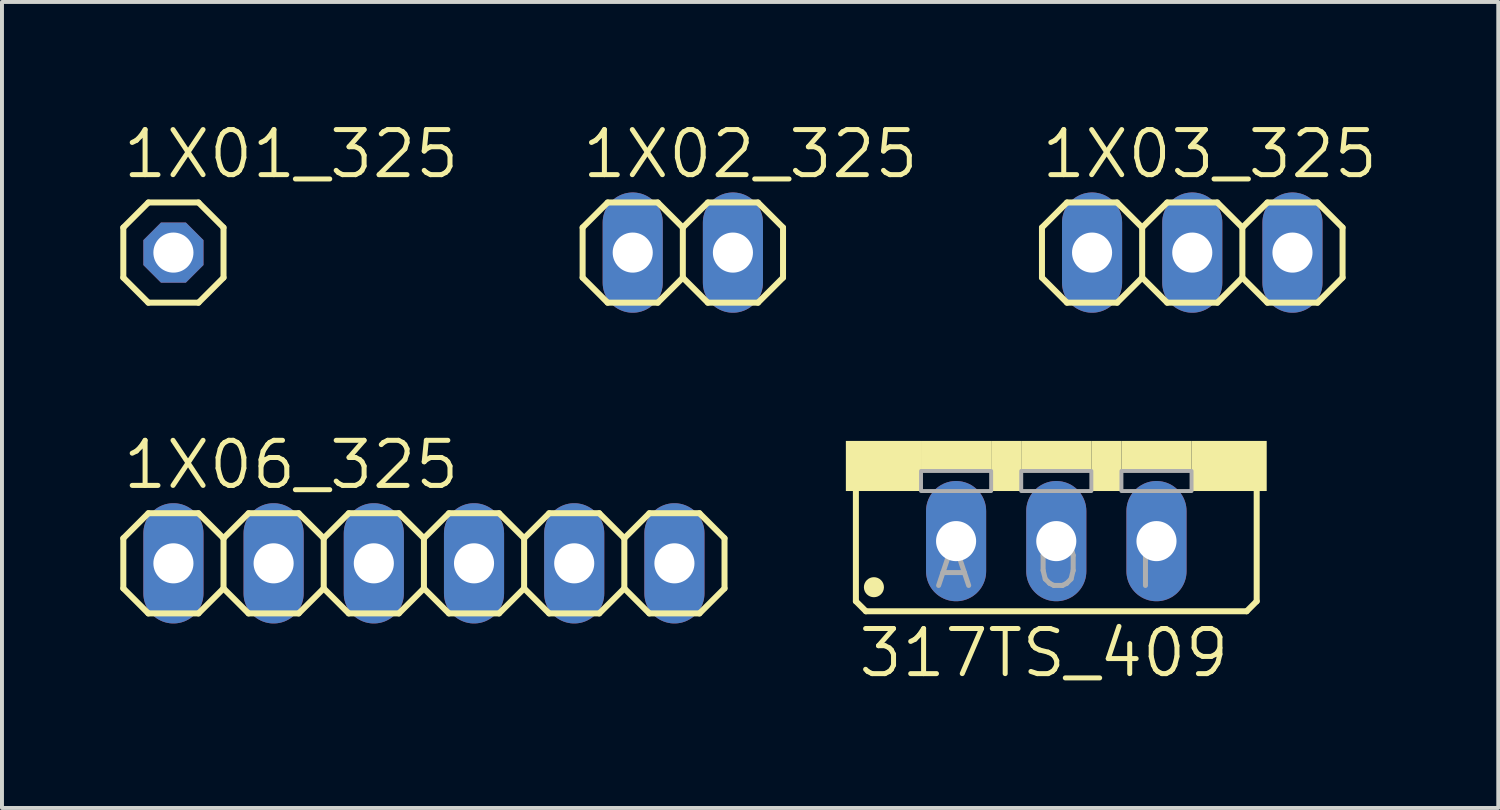
<source format=kicad_pcb>
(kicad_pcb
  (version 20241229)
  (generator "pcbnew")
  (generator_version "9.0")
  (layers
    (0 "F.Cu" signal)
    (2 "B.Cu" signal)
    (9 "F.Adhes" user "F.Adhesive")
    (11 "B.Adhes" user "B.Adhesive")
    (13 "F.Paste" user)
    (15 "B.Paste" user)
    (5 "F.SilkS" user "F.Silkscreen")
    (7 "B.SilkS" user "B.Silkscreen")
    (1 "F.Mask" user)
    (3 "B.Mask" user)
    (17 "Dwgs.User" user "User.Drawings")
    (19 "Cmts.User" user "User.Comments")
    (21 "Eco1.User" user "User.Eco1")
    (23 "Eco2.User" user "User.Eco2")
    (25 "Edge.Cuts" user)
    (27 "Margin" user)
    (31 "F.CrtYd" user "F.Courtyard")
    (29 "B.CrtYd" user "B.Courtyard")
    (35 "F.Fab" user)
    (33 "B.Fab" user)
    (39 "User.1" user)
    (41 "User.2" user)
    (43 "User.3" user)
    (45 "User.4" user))
  (footprint "1X06_325"
    (layer "F.Cu")
    (at 7.696 11.23)
    (property "Reference" "1X06_325" (at -7.696 -1.829 0) (unlocked yes) (layer "F.SilkS") (effects (font (size 1.143 1.143) (thickness 0.127)) (justify left bottom)))
    (fp_line (start -7.62 -0.635) (end -7.62 0.635) (stroke (width 0.152) (type solid)) (layer "F.SilkS"))
    (fp_line (start -7.62 0.635) (end -6.985 1.27) (stroke (width 0.152) (type solid)) (layer "F.SilkS"))
    (fp_line (start -6.985 -1.27) (end -7.62 -0.635) (stroke (width 0.152) (type solid)) (layer "F.SilkS"))
    (fp_line (start -6.985 -1.27) (end -5.715 -1.27) (stroke (width 0.152) (type solid)) (layer "F.SilkS"))
    (fp_line (start -5.715 -1.27) (end -5.08 -0.635) (stroke (width 0.152) (type solid)) (layer "F.SilkS"))
    (fp_line (start -5.715 1.27) (end -6.985 1.27) (stroke (width 0.152) (type solid)) (layer "F.SilkS"))
    (fp_line (start -5.08 -0.635) (end -5.08 0.635) (stroke (width 0.152) (type solid)) (layer "F.SilkS"))
    (fp_line (start -5.08 -0.635) (end -4.445 -1.27) (stroke (width 0.152) (type solid)) (layer "F.SilkS"))
    (fp_line (start -5.08 0.635) (end -5.715 1.27) (stroke (width 0.152) (type solid)) (layer "F.SilkS"))
    (fp_line (start -4.445 -1.27) (end -3.175 -1.27) (stroke (width 0.152) (type solid)) (layer "F.SilkS"))
    (fp_line (start -4.445 1.27) (end -5.08 0.635) (stroke (width 0.152) (type solid)) (layer "F.SilkS"))
    (fp_line (start -3.175 -1.27) (end -2.54 -0.635) (stroke (width 0.152) (type solid)) (layer "F.SilkS"))
    (fp_line (start -3.175 1.27) (end -4.445 1.27) (stroke (width 0.152) (type solid)) (layer "F.SilkS"))
    (fp_line (start -2.54 -0.635) (end -2.54 0.635) (stroke (width 0.152) (type solid)) (layer "F.SilkS"))
    (fp_line (start -2.54 -0.635) (end -1.905 -1.27) (stroke (width 0.152) (type solid)) (layer "F.SilkS"))
    (fp_line (start -2.54 0.635) (end -3.175 1.27) (stroke (width 0.152) (type solid)) (layer "F.SilkS"))
    (fp_line (start -1.905 -1.27) (end -0.635 -1.27) (stroke (width 0.152) (type solid)) (layer "F.SilkS"))
    (fp_line (start -1.905 1.27) (end -2.54 0.635) (stroke (width 0.152) (type solid)) (layer "F.SilkS"))
    (fp_line (start -0.635 -1.27) (end 0 -0.635) (stroke (width 0.152) (type solid)) (layer "F.SilkS"))
    (fp_line (start -0.635 1.27) (end -1.905 1.27) (stroke (width 0.152) (type solid)) (layer "F.SilkS"))
    (fp_line (start 0 -0.635) (end 0 0.635) (stroke (width 0.152) (type solid)) (layer "F.SilkS"))
    (fp_line (start 0 0.635) (end -0.635 1.27) (stroke (width 0.152) (type solid)) (layer "F.SilkS"))
    (fp_line (start 0 0.635) (end 0.635 1.27) (stroke (width 0.152) (type solid)) (layer "F.SilkS"))
    (fp_line (start 0.635 -1.27) (end 0 -0.635) (stroke (width 0.152) (type solid)) (layer "F.SilkS"))
    (fp_line (start 0.635 -1.27) (end 1.905 -1.27) (stroke (width 0.152) (type solid)) (layer "F.SilkS"))
    (fp_line (start 1.905 -1.27) (end 2.54 -0.635) (stroke (width 0.152) (type solid)) (layer "F.SilkS"))
    (fp_line (start 1.905 1.27) (end 0.635 1.27) (stroke (width 0.152) (type solid)) (layer "F.SilkS"))
    (fp_line (start 2.54 -0.635) (end 2.54 0.635) (stroke (width 0.152) (type solid)) (layer "F.SilkS"))
    (fp_line (start 2.54 -0.635) (end 3.175 -1.27) (stroke (width 0.152) (type solid)) (layer "F.SilkS"))
    (fp_line (start 2.54 0.635) (end 1.905 1.27) (stroke (width 0.152) (type solid)) (layer "F.SilkS"))
    (fp_line (start 3.175 -1.27) (end 4.445 -1.27) (stroke (width 0.152) (type solid)) (layer "F.SilkS"))
    (fp_line (start 3.175 1.27) (end 2.54 0.635) (stroke (width 0.152) (type solid)) (layer "F.SilkS"))
    (fp_line (start 4.445 -1.27) (end 5.08 -0.635) (stroke (width 0.152) (type solid)) (layer "F.SilkS"))
    (fp_line (start 4.445 1.27) (end 3.175 1.27) (stroke (width 0.152) (type solid)) (layer "F.SilkS"))
    (fp_line (start 5.08 -0.635) (end 5.08 0.635) (stroke (width 0.152) (type solid)) (layer "F.SilkS"))
    (fp_line (start 5.08 0.635) (end 4.445 1.27) (stroke (width 0.152) (type solid)) (layer "F.SilkS"))
    (fp_line (start 5.08 0.635) (end 5.715 1.27) (stroke (width 0.152) (type solid)) (layer "F.SilkS"))
    (fp_line (start 5.715 -1.27) (end 5.08 -0.635) (stroke (width 0.152) (type solid)) (layer "F.SilkS"))
    (fp_line (start 5.715 -1.27) (end 6.985 -1.27) (stroke (width 0.152) (type solid)) (layer "F.SilkS"))
    (fp_line (start 6.985 -1.27) (end 7.62 -0.635) (stroke (width 0.152) (type solid)) (layer "F.SilkS"))
    (fp_line (start 6.985 1.27) (end 5.715 1.27) (stroke (width 0.152) (type solid)) (layer "F.SilkS"))
    (fp_line (start 7.62 -0.635) (end 7.62 0.635) (stroke (width 0.152) (type solid)) (layer "F.SilkS"))
    (fp_line (start 7.62 0.635) (end 6.985 1.27) (stroke (width 0.152) (type solid)) (layer "F.SilkS"))
    (fp_poly (pts (xy -6.604 0.254) (xy -6.096 0.254) (xy -6.096 -0.254) (xy -6.604 -0.254)) (stroke (width 0.1) (type default)) (fill no) (layer "F.Fab"))
    (fp_poly (pts (xy -4.064 0.254) (xy -3.556 0.254) (xy -3.556 -0.254) (xy -4.064 -0.254)) (stroke (width 0.1) (type default)) (fill no) (layer "F.Fab"))
    (fp_poly (pts (xy -1.524 0.254) (xy -1.016 0.254) (xy -1.016 -0.254) (xy -1.524 -0.254)) (stroke (width 0.1) (type default)) (fill no) (layer "F.Fab"))
    (fp_poly (pts (xy 1.016 0.254) (xy 1.524 0.254) (xy 1.524 -0.254) (xy 1.016 -0.254)) (stroke (width 0.1) (type default)) (fill no) (layer "F.Fab"))
    (fp_poly (pts (xy 3.556 0.254) (xy 4.064 0.254) (xy 4.064 -0.254) (xy 3.556 -0.254)) (stroke (width 0.1) (type default)) (fill no) (layer "F.Fab"))
    (fp_poly (pts (xy 6.096 0.254) (xy 6.604 0.254) (xy 6.604 -0.254) (xy 6.096 -0.254)) (stroke (width 0.1) (type default)) (fill no) (layer "F.Fab"))
    (pad "1" thru_hole oval (at -6.35 0 90) (size 3.048 1.524) (drill 1.016) (layers "*.Cu" "*.Mask"))
    (pad "2" thru_hole oval (at -3.81 0 90) (size 3.048 1.524) (drill 1.016) (layers "*.Cu" "*.Mask"))
    (pad "3" thru_hole oval (at -1.27 0 90) (size 3.048 1.524) (drill 1.016) (layers "*.Cu" "*.Mask"))
    (pad "4" thru_hole oval (at 1.27 0 90) (size 3.048 1.524) (drill 1.016) (layers "*.Cu" "*.Mask"))
    (pad "5" thru_hole oval (at 3.81 0 90) (size 3.048 1.524) (drill 1.016) (layers "*.Cu" "*.Mask"))
    (pad "6" thru_hole oval (at 6.35 0 90) (size 3.048 1.524) (drill 1.016) (layers "*.Cu" "*.Mask")))
  (footprint "317TS_409"
    (layer "F.Cu")
    (at 23.726 8.127)
    (property "Reference" "317TS_409" (at -5.08 6.045 0) (unlocked yes) (layer "F.SilkS") (effects (font (size 1.143 1.143) (thickness 0.127)) (justify left bottom)))
    (fp_line (start -5.08 4.064) (end -5.08 1.143) (stroke (width 0.152) (type solid)) (layer "F.SilkS"))
    (fp_line (start -5.08 4.064) (end -4.826 4.318) (stroke (width 0.152) (type solid)) (layer "F.SilkS"))
    (fp_line (start 4.826 4.318) (end -4.826 4.318) (stroke (width 0.152) (type solid)) (layer "F.SilkS"))
    (fp_line (start 4.826 4.318) (end 5.08 4.064) (stroke (width 0.152) (type solid)) (layer "F.SilkS"))
    (fp_line (start 5.08 1.143) (end 5.08 4.064) (stroke (width 0.152) (type solid)) (layer "F.SilkS"))
    (fp_circle (center -4.623 3.708) (end -4.496 3.708) (stroke (width 0.254) (type solid)) (fill yes) (layer "F.SilkS"))
    (fp_poly (pts (xy -5.334 1.27) (xy -3.429 1.27) (xy -3.429 0) (xy -5.334 0)) (stroke (width 0) (type default)) (fill yes) (layer "F.SilkS"))
    (fp_poly (pts (xy -3.429 0.762) (xy -1.651 0.762) (xy -1.651 0) (xy -3.429 0)) (stroke (width 0) (type default)) (fill yes) (layer "F.SilkS"))
    (fp_poly (pts (xy -1.651 1.27) (xy -0.889 1.27) (xy -0.889 0) (xy -1.651 0)) (stroke (width 0) (type default)) (fill yes) (layer "F.SilkS"))
    (fp_poly (pts (xy -0.889 0.762) (xy 0.889 0.762) (xy 0.889 0) (xy -0.889 0)) (stroke (width 0) (type default)) (fill yes) (layer "F.SilkS"))
    (fp_poly (pts (xy 0.889 1.27) (xy 1.651 1.27) (xy 1.651 0) (xy 0.889 0)) (stroke (width 0) (type default)) (fill yes) (layer "F.SilkS"))
    (fp_poly (pts (xy 1.651 0.762) (xy 3.429 0.762) (xy 3.429 0) (xy 1.651 0)) (stroke (width 0) (type default)) (fill yes) (layer "F.SilkS"))
    (fp_poly (pts (xy 3.429 1.27) (xy 5.334 1.27) (xy 5.334 0) (xy 3.429 0)) (stroke (width 0) (type default)) (fill yes) (layer "F.SilkS"))
    (fp_poly (pts (xy -3.429 1.27) (xy -1.651 1.27) (xy -1.651 0.762) (xy -3.429 0.762)) (stroke (width 0.1) (type default)) (fill no) (layer "F.Fab"))
    (fp_poly (pts (xy -0.889 1.27) (xy 0.889 1.27) (xy 0.889 0.762) (xy -0.889 0.762)) (stroke (width 0.1) (type default)) (fill no) (layer "F.Fab"))
    (fp_poly (pts (xy 1.651 1.27) (xy 3.429 1.27) (xy 3.429 0.762) (xy 1.651 0.762)) (stroke (width 0.1) (type default)) (fill no) (layer "F.Fab"))
    (fp_text user "I" (at 1.905 3.81 0) (unlocked yes) (layer "F.Fab") (effects (font (size 1.143 1.143) (thickness 0.127)) (justify left bottom)))
    (fp_text user "O" (at -0.635 3.81 0) (unlocked yes) (layer "F.Fab") (effects (font (size 1.143 1.143) (thickness 0.127)) (justify left bottom)))
    (fp_text user "A" (at -3.175 3.81 0) (unlocked yes) (layer "F.Fab") (effects (font (size 1.143 1.143) (thickness 0.127)) (justify left bottom)))
    (pad "1" thru_hole oval (at -2.54 2.54 90) (size 3.048 1.524) (drill 1.016) (layers "*.Cu" "*.Mask"))
    (pad "2" thru_hole oval (at 0 2.54 90) (size 3.048 1.524) (drill 1.016) (layers "*.Cu" "*.Mask"))
    (pad "3" thru_hole oval (at 2.54 2.54 90) (size 3.048 1.524) (drill 1.016) (layers "*.Cu" "*.Mask")))
  (footprint "1X01_325"
    (layer "F.Cu")
    (at 1.346 3.353)
    (property "Reference" "1X01_325" (at -1.346 -1.829 0) (unlocked yes) (layer "F.SilkS") (effects (font (size 1.143 1.143) (thickness 0.127)) (justify left bottom)))
    (fp_line (start -1.27 -0.635) (end -1.27 0.635) (stroke (width 0.152) (type solid)) (layer "F.SilkS"))
    (fp_line (start -1.27 0.635) (end -0.635 1.27) (stroke (width 0.152) (type solid)) (layer "F.SilkS"))
    (fp_line (start -0.635 -1.27) (end -1.27 -0.635) (stroke (width 0.152) (type solid)) (layer "F.SilkS"))
    (fp_line (start -0.635 -1.27) (end 0.635 -1.27) (stroke (width 0.152) (type solid)) (layer "F.SilkS"))
    (fp_line (start 0.635 -1.27) (end 1.27 -0.635) (stroke (width 0.152) (type solid)) (layer "F.SilkS"))
    (fp_line (start 0.635 1.27) (end -0.635 1.27) (stroke (width 0.152) (type solid)) (layer "F.SilkS"))
    (fp_line (start 1.27 -0.635) (end 1.27 0.635) (stroke (width 0.152) (type solid)) (layer "F.SilkS"))
    (fp_line (start 1.27 0.635) (end 0.635 1.27) (stroke (width 0.152) (type solid)) (layer "F.SilkS"))
    (fp_poly (pts (xy -0.254 0.254) (xy 0.254 0.254) (xy 0.254 -0.254) (xy -0.254 -0.254)) (stroke (width 0.1) (type default)) (fill no) (layer "F.Fab"))
    (pad "1" thru_hole roundrect (at 0 0) (size 1.524 1.524) (drill 1.016) (layers "*.Cu" "*.Mask") (roundrect_rratio 0.25) (chamfer_ratio 0.293) (chamfer top_left top_right bottom_left bottom_right)))
  (footprint "1X02_325"
    (layer "F.Cu")
    (at 14.259 3.353)
    (property "Reference" "1X02_325" (at -2.616 -1.829 0) (unlocked yes) (layer "F.SilkS") (effects (font (size 1.143 1.143) (thickness 0.127)) (justify left bottom)))
    (fp_line (start -2.54 -0.635) (end -2.54 0.635) (stroke (width 0.152) (type solid)) (layer "F.SilkS"))
    (fp_line (start -2.54 0.635) (end -1.905 1.27) (stroke (width 0.152) (type solid)) (layer "F.SilkS"))
    (fp_line (start -1.905 -1.27) (end -2.54 -0.635) (stroke (width 0.152) (type solid)) (layer "F.SilkS"))
    (fp_line (start -1.905 -1.27) (end -0.635 -1.27) (stroke (width 0.152) (type solid)) (layer "F.SilkS"))
    (fp_line (start -0.635 -1.27) (end 0 -0.635) (stroke (width 0.152) (type solid)) (layer "F.SilkS"))
    (fp_line (start -0.635 1.27) (end -1.905 1.27) (stroke (width 0.152) (type solid)) (layer "F.SilkS"))
    (fp_line (start 0 -0.635) (end 0 0.635) (stroke (width 0.152) (type solid)) (layer "F.SilkS"))
    (fp_line (start 0 -0.635) (end 0.635 -1.27) (stroke (width 0.152) (type solid)) (layer "F.SilkS"))
    (fp_line (start 0 0.635) (end -0.635 1.27) (stroke (width 0.152) (type solid)) (layer "F.SilkS"))
    (fp_line (start 0.635 -1.27) (end 1.905 -1.27) (stroke (width 0.152) (type solid)) (layer "F.SilkS"))
    (fp_line (start 0.635 1.27) (end 0 0.635) (stroke (width 0.152) (type solid)) (layer "F.SilkS"))
    (fp_line (start 1.905 -1.27) (end 2.54 -0.635) (stroke (width 0.152) (type solid)) (layer "F.SilkS"))
    (fp_line (start 1.905 1.27) (end 0.635 1.27) (stroke (width 0.152) (type solid)) (layer "F.SilkS"))
    (fp_line (start 2.54 -0.635) (end 2.54 0.635) (stroke (width 0.152) (type solid)) (layer "F.SilkS"))
    (fp_line (start 2.54 0.635) (end 1.905 1.27) (stroke (width 0.152) (type solid)) (layer "F.SilkS"))
    (fp_poly (pts (xy -1.524 0.254) (xy -1.016 0.254) (xy -1.016 -0.254) (xy -1.524 -0.254)) (stroke (width 0.1) (type default)) (fill no) (layer "F.Fab"))
    (fp_poly (pts (xy 1.016 0.254) (xy 1.524 0.254) (xy 1.524 -0.254) (xy 1.016 -0.254)) (stroke (width 0.1) (type default)) (fill no) (layer "F.Fab"))
    (pad "1" thru_hole oval (at -1.27 0 90) (size 3.048 1.524) (drill 1.016) (layers "*.Cu" "*.Mask"))
    (pad "2" thru_hole oval (at 1.27 0 90) (size 3.048 1.524) (drill 1.016) (layers "*.Cu" "*.Mask")))
  (footprint "1X03_325"
    (layer "F.Cu")
    (at 27.173 3.353)
    (property "Reference" "1X03_325" (at -3.886 -1.829 0) (unlocked yes) (layer "F.SilkS") (effects (font (size 1.143 1.143) (thickness 0.127)) (justify left bottom)))
    (fp_line (start -3.81 -0.635) (end -3.81 0.635) (stroke (width 0.152) (type solid)) (layer "F.SilkS"))
    (fp_line (start -3.81 0.635) (end -3.175 1.27) (stroke (width 0.152) (type solid)) (layer "F.SilkS"))
    (fp_line (start -3.175 -1.27) (end -3.81 -0.635) (stroke (width 0.152) (type solid)) (layer "F.SilkS"))
    (fp_line (start -3.175 -1.27) (end -1.905 -1.27) (stroke (width 0.152) (type solid)) (layer "F.SilkS"))
    (fp_line (start -1.905 -1.27) (end -1.27 -0.635) (stroke (width 0.152) (type solid)) (layer "F.SilkS"))
    (fp_line (start -1.905 1.27) (end -3.175 1.27) (stroke (width 0.152) (type solid)) (layer "F.SilkS"))
    (fp_line (start -1.27 -0.635) (end -1.27 0.635) (stroke (width 0.152) (type solid)) (layer "F.SilkS"))
    (fp_line (start -1.27 -0.635) (end -0.635 -1.27) (stroke (width 0.152) (type solid)) (layer "F.SilkS"))
    (fp_line (start -1.27 0.635) (end -1.905 1.27) (stroke (width 0.152) (type solid)) (layer "F.SilkS"))
    (fp_line (start -0.635 -1.27) (end 0.635 -1.27) (stroke (width 0.152) (type solid)) (layer "F.SilkS"))
    (fp_line (start -0.635 1.27) (end -1.27 0.635) (stroke (width 0.152) (type solid)) (layer "F.SilkS"))
    (fp_line (start 0.635 -1.27) (end 1.27 -0.635) (stroke (width 0.152) (type solid)) (layer "F.SilkS"))
    (fp_line (start 0.635 1.27) (end -0.635 1.27) (stroke (width 0.152) (type solid)) (layer "F.SilkS"))
    (fp_line (start 1.27 -0.635) (end 1.27 0.635) (stroke (width 0.152) (type solid)) (layer "F.SilkS"))
    (fp_line (start 1.27 -0.635) (end 1.905 -1.27) (stroke (width 0.152) (type solid)) (layer "F.SilkS"))
    (fp_line (start 1.27 0.635) (end 0.635 1.27) (stroke (width 0.152) (type solid)) (layer "F.SilkS"))
    (fp_line (start 1.905 -1.27) (end 3.175 -1.27) (stroke (width 0.152) (type solid)) (layer "F.SilkS"))
    (fp_line (start 1.905 1.27) (end 1.27 0.635) (stroke (width 0.152) (type solid)) (layer "F.SilkS"))
    (fp_line (start 3.175 -1.27) (end 3.81 -0.635) (stroke (width 0.152) (type solid)) (layer "F.SilkS"))
    (fp_line (start 3.175 1.27) (end 1.905 1.27) (stroke (width 0.152) (type solid)) (layer "F.SilkS"))
    (fp_line (start 3.81 -0.635) (end 3.81 0.635) (stroke (width 0.152) (type solid)) (layer "F.SilkS"))
    (fp_line (start 3.81 0.635) (end 3.175 1.27) (stroke (width 0.152) (type solid)) (layer "F.SilkS"))
    (fp_poly (pts (xy -2.794 0.254) (xy -2.286 0.254) (xy -2.286 -0.254) (xy -2.794 -0.254)) (stroke (width 0.1) (type default)) (fill no) (layer "F.Fab"))
    (fp_poly (pts (xy -0.254 0.254) (xy 0.254 0.254) (xy 0.254 -0.254) (xy -0.254 -0.254)) (stroke (width 0.1) (type default)) (fill no) (layer "F.Fab"))
    (fp_poly (pts (xy 2.286 0.254) (xy 2.794 0.254) (xy 2.794 -0.254) (xy 2.286 -0.254)) (stroke (width 0.1) (type default)) (fill no) (layer "F.Fab"))
    (pad "1" thru_hole oval (at -2.54 0 90) (size 3.048 1.524) (drill 1.016) (layers "*.Cu" "*.Mask"))
    (pad "2" thru_hole oval (at 0 0 90) (size 3.048 1.524) (drill 1.016) (layers "*.Cu" "*.Mask"))
    (pad "3" thru_hole oval (at 2.54 0 90) (size 3.048 1.524) (drill 1.016) (layers "*.Cu" "*.Mask")))
  (gr_rect
    (start -3 -3)
    (end 34.93 17.431)
    (stroke (width 0.1) (type default))
    (fill no)
    (layer "Edge.Cuts")))
</source>
